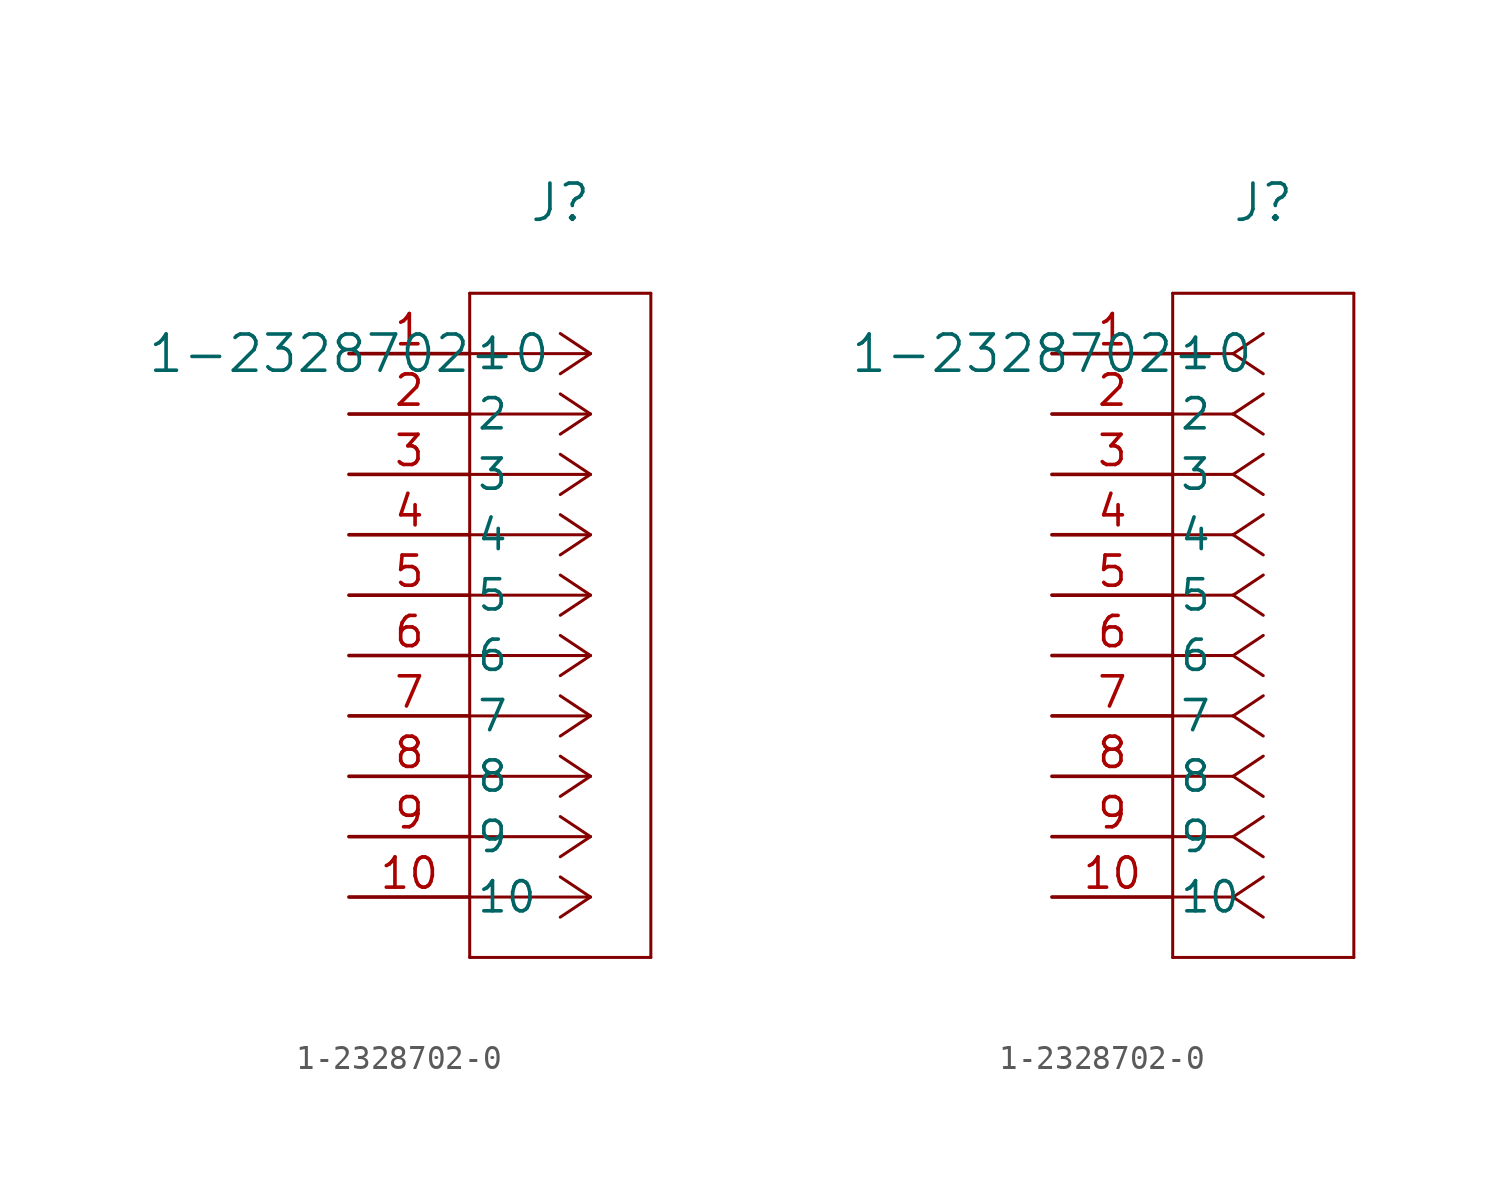
<source format=kicad_sym>
(kicad_symbol_lib
  (version 20211014)
  (generator kicad_symbol_editor)
  (symbol "1-2328702-0"
    (pin_names
      (offset 0.254))
    (property "Reference" "J"
      (at 8.89 6.35 0)
      (effects (font (size 1.524 1.524))))
    (property "Value" "1-2328702-0"
      (at 0 0 0)
      (effects (font (size 1.524 1.524))))
    (symbol "1-2328702-0_1_1"
      (polyline (pts (xy 10.16 0) (xy 5.08 0)) (stroke (width 0.127) (type default) (color 0 0 0 0)) (fill (type none)))
      (polyline (pts (xy 10.16 -2.54) (xy 5.08 -2.54)) (stroke (width 0.127) (type default) (color 0 0 0 0)) (fill (type none)))
      (polyline (pts (xy 10.16 -5.08) (xy 5.08 -5.08)) (stroke (width 0.127) (type default) (color 0 0 0 0)) (fill (type none)))
      (polyline (pts (xy 10.16 -7.62) (xy 5.08 -7.62)) (stroke (width 0.127) (type default) (color 0 0 0 0)) (fill (type none)))
      (polyline (pts (xy 10.16 -10.16) (xy 5.08 -10.16)) (stroke (width 0.127) (type default) (color 0 0 0 0)) (fill (type none)))
      (polyline (pts (xy 10.16 -12.7) (xy 5.08 -12.7)) (stroke (width 0.127) (type default) (color 0 0 0 0)) (fill (type none)))
      (polyline (pts (xy 10.16 -15.24) (xy 5.08 -15.24)) (stroke (width 0.127) (type default) (color 0 0 0 0)) (fill (type none)))
      (polyline (pts (xy 10.16 -17.78) (xy 5.08 -17.78)) (stroke (width 0.127) (type default) (color 0 0 0 0)) (fill (type none)))
      (polyline (pts (xy 10.16 -20.32) (xy 5.08 -20.32)) (stroke (width 0.127) (type default) (color 0 0 0 0)) (fill (type none)))
      (polyline (pts (xy 10.16 -22.86) (xy 5.08 -22.86)) (stroke (width 0.127) (type default) (color 0 0 0 0)) (fill (type none)))
      (polyline (pts (xy 10.16 0) (xy 8.89 0.847)) (stroke (width 0.127) (type default) (color 0 0 0 0)) (fill (type none)))
      (polyline (pts (xy 10.16 -2.54) (xy 8.89 -1.693)) (stroke (width 0.127) (type default) (color 0 0 0 0)) (fill (type none)))
      (polyline (pts (xy 10.16 -5.08) (xy 8.89 -4.233)) (stroke (width 0.127) (type default) (color 0 0 0 0)) (fill (type none)))
      (polyline (pts (xy 10.16 -7.62) (xy 8.89 -6.773)) (stroke (width 0.127) (type default) (color 0 0 0 0)) (fill (type none)))
      (polyline (pts (xy 10.16 -10.16) (xy 8.89 -9.313)) (stroke (width 0.127) (type default) (color 0 0 0 0)) (fill (type none)))
      (polyline (pts (xy 10.16 -12.7) (xy 8.89 -11.853)) (stroke (width 0.127) (type default) (color 0 0 0 0)) (fill (type none)))
      (polyline (pts (xy 10.16 -15.24) (xy 8.89 -14.393)) (stroke (width 0.127) (type default) (color 0 0 0 0)) (fill (type none)))
      (polyline (pts (xy 10.16 -17.78) (xy 8.89 -16.933)) (stroke (width 0.127) (type default) (color 0 0 0 0)) (fill (type none)))
      (polyline (pts (xy 10.16 -20.32) (xy 8.89 -19.473)) (stroke (width 0.127) (type default) (color 0 0 0 0)) (fill (type none)))
      (polyline (pts (xy 10.16 -22.86) (xy 8.89 -22.013)) (stroke (width 0.127) (type default) (color 0 0 0 0)) (fill (type none)))
      (polyline (pts (xy 10.16 0) (xy 8.89 -0.847)) (stroke (width 0.127) (type default) (color 0 0 0 0)) (fill (type none)))
      (polyline (pts (xy 10.16 -2.54) (xy 8.89 -3.387)) (stroke (width 0.127) (type default) (color 0 0 0 0)) (fill (type none)))
      (polyline (pts (xy 10.16 -5.08) (xy 8.89 -5.927)) (stroke (width 0.127) (type default) (color 0 0 0 0)) (fill (type none)))
      (polyline (pts (xy 10.16 -7.62) (xy 8.89 -8.467)) (stroke (width 0.127) (type default) (color 0 0 0 0)) (fill (type none)))
      (polyline (pts (xy 10.16 -10.16) (xy 8.89 -11.007)) (stroke (width 0.127) (type default) (color 0 0 0 0)) (fill (type none)))
      (polyline (pts (xy 10.16 -12.7) (xy 8.89 -13.547)) (stroke (width 0.127) (type default) (color 0 0 0 0)) (fill (type none)))
      (polyline (pts (xy 10.16 -15.24) (xy 8.89 -16.087)) (stroke (width 0.127) (type default) (color 0 0 0 0)) (fill (type none)))
      (polyline (pts (xy 10.16 -17.78) (xy 8.89 -18.627)) (stroke (width 0.127) (type default) (color 0 0 0 0)) (fill (type none)))
      (polyline (pts (xy 10.16 -20.32) (xy 8.89 -21.167)) (stroke (width 0.127) (type default) (color 0 0 0 0)) (fill (type none)))
      (polyline (pts (xy 10.16 -22.86) (xy 8.89 -23.707)) (stroke (width 0.127) (type default) (color 0 0 0 0)) (fill (type none)))
      (polyline (pts (xy 5.08 2.54) (xy 5.08 -25.4)) (stroke (width 0.127) (type default) (color 0 0 0 0)) (fill (type none)))
      (polyline (pts (xy 5.08 -25.4) (xy 12.7 -25.4)) (stroke (width 0.127) (type default) (color 0 0 0 0)) (fill (type none)))
      (polyline (pts (xy 12.7 -25.4) (xy 12.7 2.54)) (stroke (width 0.127) (type default) (color 0 0 0 0)) (fill (type none)))
      (polyline (pts (xy 12.7 2.54) (xy 5.08 2.54)) (stroke (width 0.127) (type default) (color 0 0 0 0)) (fill (type none)))
      (pin unspecified line (at 0 0 0) (length 5.08) (name "1" (effects (font (size 1.27 1.27)))) (number "1" (effects (font (size 1.27 1.27)))))
      (pin unspecified line (at 0 -2.54 0) (length 5.08) (name "2" (effects (font (size 1.27 1.27)))) (number "2" (effects (font (size 1.27 1.27)))))
      (pin unspecified line (at 0 -5.08 0) (length 5.08) (name "3" (effects (font (size 1.27 1.27)))) (number "3" (effects (font (size 1.27 1.27)))))
      (pin unspecified line (at 0 -7.62 0) (length 5.08) (name "4" (effects (font (size 1.27 1.27)))) (number "4" (effects (font (size 1.27 1.27)))))
      (pin unspecified line (at 0 -10.16 0) (length 5.08) (name "5" (effects (font (size 1.27 1.27)))) (number "5" (effects (font (size 1.27 1.27)))))
      (pin unspecified line (at 0 -12.7 0) (length 5.08) (name "6" (effects (font (size 1.27 1.27)))) (number "6" (effects (font (size 1.27 1.27)))))
      (pin unspecified line (at 0 -15.24 0) (length 5.08) (name "7" (effects (font (size 1.27 1.27)))) (number "7" (effects (font (size 1.27 1.27)))))
      (pin unspecified line (at 0 -17.78 0) (length 5.08) (name "8" (effects (font (size 1.27 1.27)))) (number "8" (effects (font (size 1.27 1.27)))))
      (pin unspecified line (at 0 -20.32 0) (length 5.08) (name "9" (effects (font (size 1.27 1.27)))) (number "9" (effects (font (size 1.27 1.27)))))
      (pin unspecified line (at 0 -22.86 0) (length 5.08) (name "10" (effects (font (size 1.27 1.27)))) (number "10" (effects (font (size 1.27 1.27))))))
    (symbol "1-2328702-0_1_2"
      (polyline (pts (xy 7.62 0) (xy 5.08 0)) (stroke (width 0.127) (type default) (color 0 0 0 0)) (fill (type none)))
      (polyline (pts (xy 7.62 -2.54) (xy 5.08 -2.54)) (stroke (width 0.127) (type default) (color 0 0 0 0)) (fill (type none)))
      (polyline (pts (xy 7.62 -5.08) (xy 5.08 -5.08)) (stroke (width 0.127) (type default) (color 0 0 0 0)) (fill (type none)))
      (polyline (pts (xy 7.62 -7.62) (xy 5.08 -7.62)) (stroke (width 0.127) (type default) (color 0 0 0 0)) (fill (type none)))
      (polyline (pts (xy 7.62 -10.16) (xy 5.08 -10.16)) (stroke (width 0.127) (type default) (color 0 0 0 0)) (fill (type none)))
      (polyline (pts (xy 7.62 -12.7) (xy 5.08 -12.7)) (stroke (width 0.127) (type default) (color 0 0 0 0)) (fill (type none)))
      (polyline (pts (xy 7.62 -15.24) (xy 5.08 -15.24)) (stroke (width 0.127) (type default) (color 0 0 0 0)) (fill (type none)))
      (polyline (pts (xy 7.62 -17.78) (xy 5.08 -17.78)) (stroke (width 0.127) (type default) (color 0 0 0 0)) (fill (type none)))
      (polyline (pts (xy 7.62 -20.32) (xy 5.08 -20.32)) (stroke (width 0.127) (type default) (color 0 0 0 0)) (fill (type none)))
      (polyline (pts (xy 7.62 -22.86) (xy 5.08 -22.86)) (stroke (width 0.127) (type default) (color 0 0 0 0)) (fill (type none)))
      (polyline (pts (xy 7.62 0) (xy 8.89 0.847)) (stroke (width 0.127) (type default) (color 0 0 0 0)) (fill (type none)))
      (polyline (pts (xy 7.62 -2.54) (xy 8.89 -1.693)) (stroke (width 0.127) (type default) (color 0 0 0 0)) (fill (type none)))
      (polyline (pts (xy 7.62 -5.08) (xy 8.89 -4.233)) (stroke (width 0.127) (type default) (color 0 0 0 0)) (fill (type none)))
      (polyline (pts (xy 7.62 -7.62) (xy 8.89 -6.773)) (stroke (width 0.127) (type default) (color 0 0 0 0)) (fill (type none)))
      (polyline (pts (xy 7.62 -10.16) (xy 8.89 -9.313)) (stroke (width 0.127) (type default) (color 0 0 0 0)) (fill (type none)))
      (polyline (pts (xy 7.62 -12.7) (xy 8.89 -11.853)) (stroke (width 0.127) (type default) (color 0 0 0 0)) (fill (type none)))
      (polyline (pts (xy 7.62 -15.24) (xy 8.89 -14.393)) (stroke (width 0.127) (type default) (color 0 0 0 0)) (fill (type none)))
      (polyline (pts (xy 7.62 -17.78) (xy 8.89 -16.933)) (stroke (width 0.127) (type default) (color 0 0 0 0)) (fill (type none)))
      (polyline (pts (xy 7.62 -20.32) (xy 8.89 -19.473)) (stroke (width 0.127) (type default) (color 0 0 0 0)) (fill (type none)))
      (polyline (pts (xy 7.62 -22.86) (xy 8.89 -22.013)) (stroke (width 0.127) (type default) (color 0 0 0 0)) (fill (type none)))
      (polyline (pts (xy 7.62 0) (xy 8.89 -0.847)) (stroke (width 0.127) (type default) (color 0 0 0 0)) (fill (type none)))
      (polyline (pts (xy 7.62 -2.54) (xy 8.89 -3.387)) (stroke (width 0.127) (type default) (color 0 0 0 0)) (fill (type none)))
      (polyline (pts (xy 7.62 -5.08) (xy 8.89 -5.927)) (stroke (width 0.127) (type default) (color 0 0 0 0)) (fill (type none)))
      (polyline (pts (xy 7.62 -7.62) (xy 8.89 -8.467)) (stroke (width 0.127) (type default) (color 0 0 0 0)) (fill (type none)))
      (polyline (pts (xy 7.62 -10.16) (xy 8.89 -11.007)) (stroke (width 0.127) (type default) (color 0 0 0 0)) (fill (type none)))
      (polyline (pts (xy 7.62 -12.7) (xy 8.89 -13.547)) (stroke (width 0.127) (type default) (color 0 0 0 0)) (fill (type none)))
      (polyline (pts (xy 7.62 -15.24) (xy 8.89 -16.087)) (stroke (width 0.127) (type default) (color 0 0 0 0)) (fill (type none)))
      (polyline (pts (xy 7.62 -17.78) (xy 8.89 -18.627)) (stroke (width 0.127) (type default) (color 0 0 0 0)) (fill (type none)))
      (polyline (pts (xy 7.62 -20.32) (xy 8.89 -21.167)) (stroke (width 0.127) (type default) (color 0 0 0 0)) (fill (type none)))
      (polyline (pts (xy 7.62 -22.86) (xy 8.89 -23.707)) (stroke (width 0.127) (type default) (color 0 0 0 0)) (fill (type none)))
      (polyline (pts (xy 5.08 2.54) (xy 5.08 -25.4)) (stroke (width 0.127) (type default) (color 0 0 0 0)) (fill (type none)))
      (polyline (pts (xy 5.08 -25.4) (xy 12.7 -25.4)) (stroke (width 0.127) (type default) (color 0 0 0 0)) (fill (type none)))
      (polyline (pts (xy 12.7 -25.4) (xy 12.7 2.54)) (stroke (width 0.127) (type default) (color 0 0 0 0)) (fill (type none)))
      (polyline (pts (xy 12.7 2.54) (xy 5.08 2.54)) (stroke (width 0.127) (type default) (color 0 0 0 0)) (fill (type none)))
      (pin unspecified line (at 0 0 0) (length 5.08) (name "1" (effects (font (size 1.27 1.27)))) (number "1" (effects (font (size 1.27 1.27)))))
      (pin unspecified line (at 0 -2.54 0) (length 5.08) (name "2" (effects (font (size 1.27 1.27)))) (number "2" (effects (font (size 1.27 1.27)))))
      (pin unspecified line (at 0 -5.08 0) (length 5.08) (name "3" (effects (font (size 1.27 1.27)))) (number "3" (effects (font (size 1.27 1.27)))))
      (pin unspecified line (at 0 -7.62 0) (length 5.08) (name "4" (effects (font (size 1.27 1.27)))) (number "4" (effects (font (size 1.27 1.27)))))
      (pin unspecified line (at 0 -10.16 0) (length 5.08) (name "5" (effects (font (size 1.27 1.27)))) (number "5" (effects (font (size 1.27 1.27)))))
      (pin unspecified line (at 0 -12.7 0) (length 5.08) (name "6" (effects (font (size 1.27 1.27)))) (number "6" (effects (font (size 1.27 1.27)))))
      (pin unspecified line (at 0 -15.24 0) (length 5.08) (name "7" (effects (font (size 1.27 1.27)))) (number "7" (effects (font (size 1.27 1.27)))))
      (pin unspecified line (at 0 -17.78 0) (length 5.08) (name "8" (effects (font (size 1.27 1.27)))) (number "8" (effects (font (size 1.27 1.27)))))
      (pin unspecified line (at 0 -20.32 0) (length 5.08) (name "9" (effects (font (size 1.27 1.27)))) (number "9" (effects (font (size 1.27 1.27)))))
      (pin unspecified line (at 0 -22.86 0) (length 5.08) (name "10" (effects (font (size 1.27 1.27)))) (number "10" (effects (font (size 1.27 1.27))))))))
</source>
